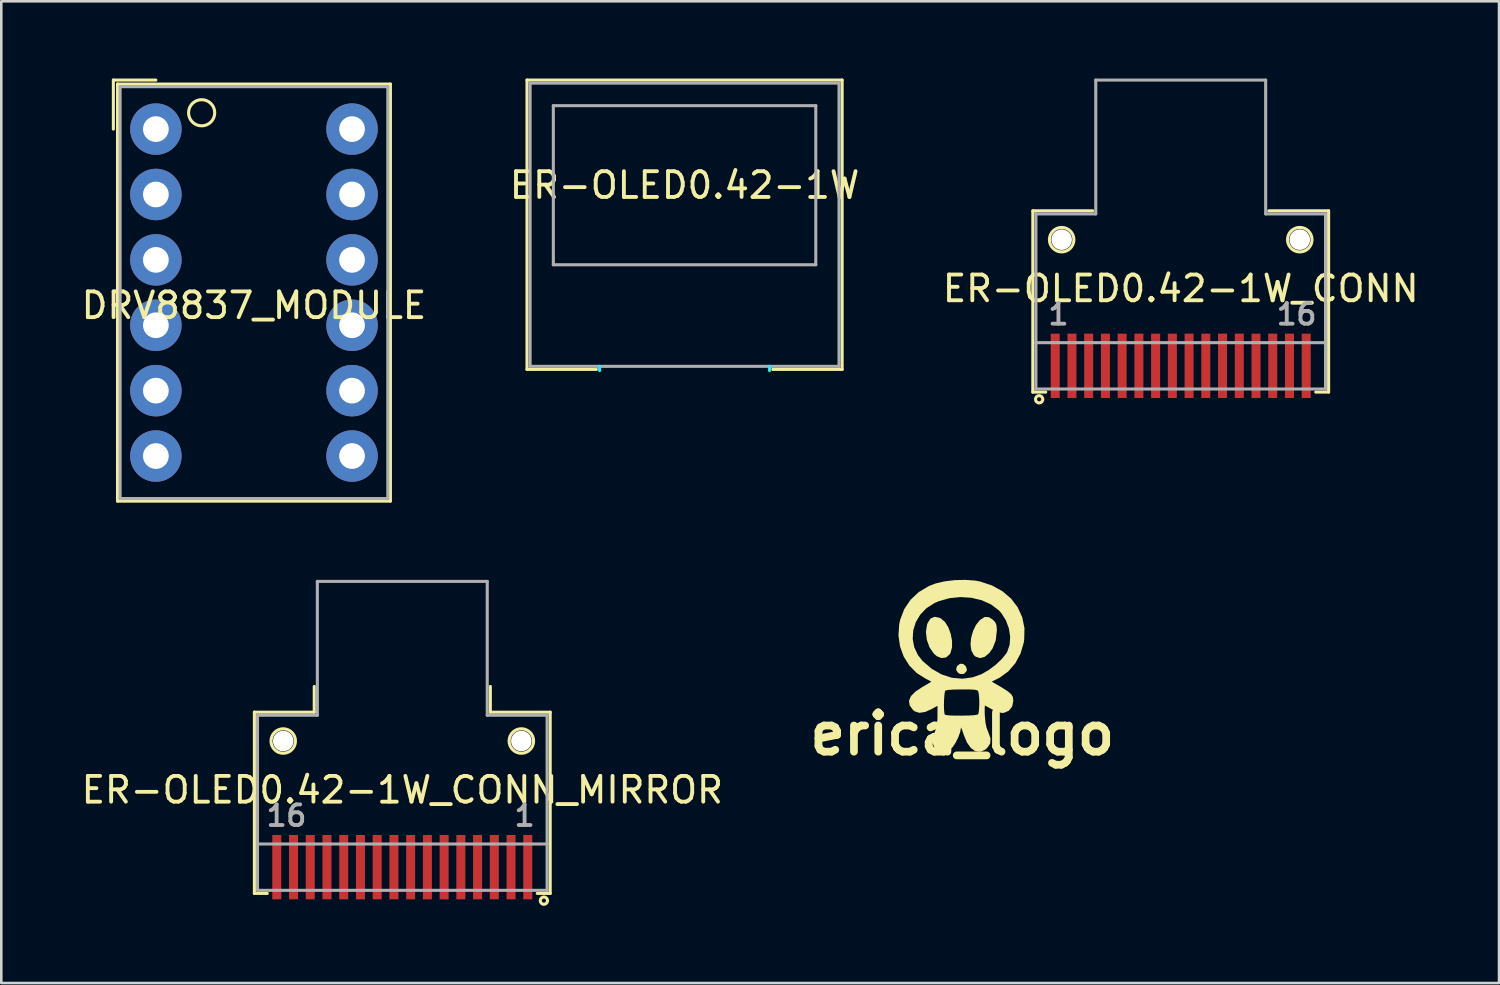
<source format=kicad_pcb>
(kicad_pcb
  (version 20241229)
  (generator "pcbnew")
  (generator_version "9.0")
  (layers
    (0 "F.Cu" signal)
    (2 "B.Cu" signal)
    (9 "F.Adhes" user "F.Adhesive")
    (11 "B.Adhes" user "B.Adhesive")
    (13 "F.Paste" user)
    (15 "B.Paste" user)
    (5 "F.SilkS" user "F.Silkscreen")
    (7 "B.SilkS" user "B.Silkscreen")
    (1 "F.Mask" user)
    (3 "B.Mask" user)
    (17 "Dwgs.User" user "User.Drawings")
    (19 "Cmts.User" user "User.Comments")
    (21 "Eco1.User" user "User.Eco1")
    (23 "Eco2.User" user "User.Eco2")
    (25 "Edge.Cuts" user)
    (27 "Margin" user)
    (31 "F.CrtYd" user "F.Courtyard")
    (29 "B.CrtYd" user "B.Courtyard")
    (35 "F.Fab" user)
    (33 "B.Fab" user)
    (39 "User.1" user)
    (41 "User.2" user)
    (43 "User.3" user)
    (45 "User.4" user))
  (footprint "ER-OLED0.42-1W"
    (layer "F.Cu")
    (at 23.542 4.145)
    (property "Reference" "ER-OLED0.42-1W" (at 0 0 0) (layer "F.SilkS") (effects (font (size 1 1) (thickness 0.15))))
    (attr through_hole)
    (fp_line (start -6.12 -4.085) (end -6.12 7.155) (stroke (width 0.12) (type solid)) (layer "F.SilkS"))
    (fp_line (start -6.12 7.155) (end -3.425 7.155) (stroke (width 0.12) (type solid)) (layer "F.SilkS"))
    (fp_line (start 3.425 7.155) (end 6.12 7.155) (stroke (width 0.12) (type solid)) (layer "F.SilkS"))
    (fp_line (start 6.12 -4.085) (end -6.12 -4.085) (stroke (width 0.12) (type solid)) (layer "F.SilkS"))
    (fp_line (start 6.12 -4.085) (end 6.12 7.155) (stroke (width 0.12) (type solid)) (layer "F.SilkS"))
    (fp_line (start -3.3 7.035) (end -3.3 7.2) (stroke (width 0.12) (type solid)) (layer "B.CrtYd"))
    (fp_line (start 3.3 7.035) (end 3.3 7.2) (stroke (width 0.12) (type solid)) (layer "B.CrtYd"))
    (fp_line (start -6 -3.965) (end -6 7.035) (stroke (width 0.12) (type solid)) (layer "F.Fab"))
    (fp_line (start -6 -3.965) (end 6 -3.965) (stroke (width 0.12) (type solid)) (layer "F.Fab"))
    (fp_line (start -6 7.035) (end 6 7.035) (stroke (width 0.12) (type solid)) (layer "F.Fab"))
    (fp_line (start -5.098 -3.09) (end -5.098 3.09) (stroke (width 0.12) (type solid)) (layer "F.Fab"))
    (fp_line (start -5.098 -3.09) (end 5.098 -3.09) (stroke (width 0.12) (type solid)) (layer "F.Fab"))
    (fp_line (start -5.098 3.09) (end 5.098 3.09) (stroke (width 0.12) (type solid)) (layer "F.Fab"))
    (fp_line (start 5.098 3.09) (end 5.098 -3.09) (stroke (width 0.12) (type solid)) (layer "F.Fab"))
    (fp_line (start 6 -3.965) (end 6 7.035) (stroke (width 0.12) (type solid)) (layer "F.Fab")))
  (footprint "ER-OLED0.42-1W_CONN_MIRROR"
    (layer "F.Cu")
    (at 12.577 30.635)
    (property "Reference" "ER-OLED0.42-1W_CONN_MIRROR" (at 0 -3 180) (layer "F.SilkS") (effects (font (size 1 1) (thickness 0.15))))
    (attr through_hole)
    (fp_line (start -5.745 -6.02) (end -5.745 1.02) (stroke (width 0.12) (type solid)) (layer "F.SilkS"))
    (fp_line (start -5.245 1.02) (end -5.745 1.02) (stroke (width 0.12) (type solid)) (layer "F.SilkS"))
    (fp_line (start -3.42 -6.02) (end -5.745 -6.02) (stroke (width 0.12) (type solid)) (layer "F.SilkS"))
    (fp_line (start -3.42 -6.02) (end -3.42 -7.02) (stroke (width 0.12) (type solid)) (layer "F.SilkS"))
    (fp_line (start 3.42 -6.02) (end 3.42 -7.02) (stroke (width 0.12) (type solid)) (layer "F.SilkS"))
    (fp_line (start 3.42 -6.02) (end 5.745 -6.02) (stroke (width 0.12) (type solid)) (layer "F.SilkS"))
    (fp_line (start 5.745 -6.02) (end 5.745 1.02) (stroke (width 0.12) (type solid)) (layer "F.SilkS"))
    (fp_line (start 5.745 1.02) (end 5.245 1.02) (stroke (width 0.12) (type solid)) (layer "F.SilkS"))
    (fp_circle (center -4.625 -4.9) (end -4.15 -4.9) (stroke (width 0.12) (type solid)) (fill no) (layer "F.SilkS"))
    (fp_circle (center 4.625 -4.9) (end 4.15 -4.875) (stroke (width 0.12) (type solid)) (fill no) (layer "F.SilkS"))
    (fp_circle (center 5.5 1.3) (end 5.641 1.3) (stroke (width 0.12) (type solid)) (fill no) (layer "F.SilkS"))
    (fp_line (start -5.625 -5.9) (end -3.3 -5.9) (stroke (width 0.12) (type solid)) (layer "F.Fab"))
    (fp_line (start -5.625 -0.9) (end -5.625 -5.9) (stroke (width 0.12) (type solid)) (layer "F.Fab"))
    (fp_line (start -5.625 -0.9) (end 5.625 -0.9) (stroke (width 0.12) (type solid)) (layer "F.Fab"))
    (fp_line (start -5.625 0.9) (end -5.625 -0.9) (stroke (width 0.12) (type solid)) (layer "F.Fab"))
    (fp_line (start -5.625 0.9) (end 5.625 0.9) (stroke (width 0.12) (type solid)) (layer "F.Fab"))
    (fp_line (start -3.3 -11.1) (end 3.3 -11.1) (stroke (width 0.12) (type solid)) (layer "F.Fab"))
    (fp_line (start -3.3 -5.9) (end -3.3 -11.1) (stroke (width 0.12) (type solid)) (layer "F.Fab"))
    (fp_line (start 3.3 -11.1) (end 3.3 -5.9) (stroke (width 0.12) (type solid)) (layer "F.Fab"))
    (fp_line (start 5.625 -5.9) (end 3.3 -5.9) (stroke (width 0.12) (type solid)) (layer "F.Fab"))
    (fp_line (start 5.625 -0.925) (end 5.625 -5.9) (stroke (width 0.12) (type solid)) (layer "F.Fab"))
    (fp_line (start 5.625 -0.925) (end 5.625 0.9) (stroke (width 0.12) (type solid)) (layer "F.Fab"))
    (fp_text user "1" (at 4.75 -2 0) (layer "F.Fab") (effects (font (size 0.8 0.8) (thickness 0.15))))
    (fp_text user "16" (at -4.5 -2 0) (layer "F.Fab") (effects (font (size 0.8 0.8) (thickness 0.15))))
    (pad "" np_thru_hole circle (at -4.625 -4.9) (size 0.8 0.8) (drill 0.8) (layers "*.Cu" "*.Mask"))
    (pad "" np_thru_hole circle (at 4.625 -4.9) (size 0.8 0.8) (drill 0.8) (layers "*.Cu" "*.Mask"))
    (pad "1" smd rect (at 4.875 0) (size 0.35 2.5) (layers "F.Cu" "F.Mask" "F.Paste"))
    (pad "2" smd rect (at 4.225 0) (size 0.35 2.5) (layers "F.Cu" "F.Mask" "F.Paste"))
    (pad "3" smd rect (at 3.575 0) (size 0.35 2.5) (layers "F.Cu" "F.Mask" "F.Paste"))
    (pad "4" smd rect (at 2.925 0) (size 0.35 2.5) (layers "F.Cu" "F.Mask" "F.Paste"))
    (pad "5" smd rect (at 2.275 0) (size 0.35 2.5) (layers "F.Cu" "F.Mask" "F.Paste"))
    (pad "6" smd rect (at 1.625 0) (size 0.35 2.5) (layers "F.Cu" "F.Mask" "F.Paste"))
    (pad "7" smd rect (at 0.975 0) (size 0.35 2.5) (layers "F.Cu" "F.Mask" "F.Paste"))
    (pad "8" smd rect (at 0.325 0) (size 0.35 2.5) (layers "F.Cu" "F.Mask" "F.Paste"))
    (pad "9" smd rect (at -0.325 0) (size 0.35 2.5) (layers "F.Cu" "F.Mask" "F.Paste"))
    (pad "10" smd rect (at -0.975 0) (size 0.35 2.5) (layers "F.Cu" "F.Mask" "F.Paste"))
    (pad "11" smd rect (at -1.625 0) (size 0.35 2.5) (layers "F.Cu" "F.Mask" "F.Paste"))
    (pad "12" smd rect (at -2.275 0) (size 0.35 2.5) (layers "F.Cu" "F.Mask" "F.Paste"))
    (pad "13" smd rect (at -2.925 0) (size 0.35 2.5) (layers "F.Cu" "F.Mask" "F.Paste"))
    (pad "14" smd rect (at -3.575 0) (size 0.35 2.5) (layers "F.Cu" "F.Mask" "F.Paste"))
    (pad "15" smd rect (at -4.225 0) (size 0.35 2.5) (layers "F.Cu" "F.Mask" "F.Paste"))
    (pad "16" smd rect (at -4.875 0) (size 0.35 2.5) (layers "F.Cu" "F.Mask" "F.Paste")))
  (footprint "DRV8837_MODULE"
    (layer "F.Cu")
    (at 6.815 8.315)
    (property "Reference" "DRV8837_MODULE" (at 0 0.5 0) (layer "F.SilkS") (effects (font (size 1 1) (thickness 0.15))))
    (attr through_hole)
    (fp_line (start -5.461 -8.255) (end -3.81 -8.255) (stroke (width 0.12) (type solid)) (layer "F.SilkS"))
    (fp_line (start -5.461 -6.35) (end -5.461 -8.255) (stroke (width 0.12) (type solid)) (layer "F.SilkS"))
    (fp_line (start -5.3 -8.1) (end 5.3 -8.1) (stroke (width 0.12) (type solid)) (layer "F.SilkS"))
    (fp_line (start -5.3 8.1) (end -5.3 -8.1) (stroke (width 0.12) (type solid)) (layer "F.SilkS"))
    (fp_line (start 5.3 -8.1) (end 5.3 8.1) (stroke (width 0.12) (type solid)) (layer "F.SilkS"))
    (fp_line (start 5.3 8.1) (end -5.3 8.1) (stroke (width 0.12) (type solid)) (layer "F.SilkS"))
    (fp_circle (center -2.032 -6.985) (end -1.524 -6.985) (stroke (width 0.12) (type solid)) (fill no) (layer "F.SilkS"))
    (fp_line (start -5.2 -8) (end 5.2 -8) (stroke (width 0.12) (type solid)) (layer "F.Fab"))
    (fp_line (start -5.2 8) (end -5.2 -8) (stroke (width 0.12) (type solid)) (layer "F.Fab"))
    (fp_line (start 5.2 -8) (end 5.2 8) (stroke (width 0.12) (type solid)) (layer "F.Fab"))
    (fp_line (start 5.2 8) (end -5.2 8) (stroke (width 0.12) (type solid)) (layer "F.Fab"))
    (pad "1" thru_hole circle (at -3.81 -6.35) (size 2 2) (drill 1) (layers "*.Cu" "*.Mask"))
    (pad "2" thru_hole circle (at -3.81 -3.81) (size 2 2) (drill 1) (layers "*.Cu" "*.Mask"))
    (pad "3" thru_hole circle (at -3.81 -1.27) (size 2 2) (drill 1) (layers "*.Cu" "*.Mask"))
    (pad "4" thru_hole circle (at -3.81 1.27) (size 2 2) (drill 1) (layers "*.Cu" "*.Mask"))
    (pad "5" thru_hole circle (at -3.81 3.81) (size 2 2) (drill 1) (layers "*.Cu" "*.Mask"))
    (pad "6" thru_hole circle (at -3.81 6.35) (size 2 2) (drill 1) (layers "*.Cu" "*.Mask"))
    (pad "7" thru_hole circle (at 3.81 6.35) (size 2 2) (drill 1) (layers "*.Cu" "*.Mask"))
    (pad "8" thru_hole circle (at 3.81 3.81) (size 2 2) (drill 1) (layers "*.Cu" "*.Mask"))
    (pad "9" thru_hole circle (at 3.81 1.27) (size 2 2) (drill 1) (layers "*.Cu" "*.Mask"))
    (pad "10" thru_hole circle (at 3.81 -1.27) (size 2 2) (drill 1) (layers "*.Cu" "*.Mask"))
    (pad "11" thru_hole circle (at 3.81 -3.81) (size 2 2) (drill 1) (layers "*.Cu" "*.Mask"))
    (pad "12" thru_hole circle (at 3.81 -6.35) (size 2 2) (drill 1) (layers "*.Cu" "*.Mask")))
  (footprint "ER-OLED0.42-1W_CONN"
    (layer "F.Cu")
    (at 42.815 11.16)
    (property "Reference" "ER-OLED0.42-1W_CONN" (at 0 -3 180) (layer "F.SilkS") (effects (font (size 1 1) (thickness 0.15))))
    (attr through_hole)
    (fp_line (start -5.745 -6.02) (end -5.745 1.02) (stroke (width 0.12) (type solid)) (layer "F.SilkS"))
    (fp_line (start -5.245 1.02) (end -5.745 1.02) (stroke (width 0.12) (type solid)) (layer "F.SilkS"))
    (fp_line (start -3.42 -6.02) (end -5.745 -6.02) (stroke (width 0.12) (type solid)) (layer "F.SilkS"))
    (fp_line (start 3.42 -6.02) (end 5.745 -6.02) (stroke (width 0.12) (type solid)) (layer "F.SilkS"))
    (fp_line (start 5.745 -6.02) (end 5.745 1.02) (stroke (width 0.12) (type solid)) (layer "F.SilkS"))
    (fp_line (start 5.745 1.02) (end 5.245 1.02) (stroke (width 0.12) (type solid)) (layer "F.SilkS"))
    (fp_circle (center -5.5 1.3) (end -5.4 1.4) (stroke (width 0.12) (type solid)) (fill no) (layer "F.SilkS"))
    (fp_circle (center -4.625 -4.9) (end -4.15 -4.9) (stroke (width 0.12) (type solid)) (fill no) (layer "F.SilkS"))
    (fp_circle (center 4.625 -4.9) (end 4.15 -4.875) (stroke (width 0.12) (type solid)) (fill no) (layer "F.SilkS"))
    (fp_line (start -5.625 -5.9) (end -3.3 -5.9) (stroke (width 0.12) (type solid)) (layer "F.Fab"))
    (fp_line (start -5.625 -0.9) (end -5.625 -5.9) (stroke (width 0.12) (type solid)) (layer "F.Fab"))
    (fp_line (start -5.625 -0.9) (end 5.625 -0.9) (stroke (width 0.12) (type solid)) (layer "F.Fab"))
    (fp_line (start -5.625 0.9) (end -5.625 -0.9) (stroke (width 0.12) (type solid)) (layer "F.Fab"))
    (fp_line (start -5.625 0.9) (end 5.625 0.9) (stroke (width 0.12) (type solid)) (layer "F.Fab"))
    (fp_line (start -3.3 -11.1) (end 3.3 -11.1) (stroke (width 0.12) (type solid)) (layer "F.Fab"))
    (fp_line (start -3.3 -5.9) (end -3.3 -11.1) (stroke (width 0.12) (type solid)) (layer "F.Fab"))
    (fp_line (start 3.3 -11.1) (end 3.3 -5.9) (stroke (width 0.12) (type solid)) (layer "F.Fab"))
    (fp_line (start 5.625 -5.9) (end 3.3 -5.9) (stroke (width 0.12) (type solid)) (layer "F.Fab"))
    (fp_line (start 5.625 -0.925) (end 5.625 -5.9) (stroke (width 0.12) (type solid)) (layer "F.Fab"))
    (fp_line (start 5.625 -0.925) (end 5.625 0.9) (stroke (width 0.12) (type solid)) (layer "F.Fab"))
    (fp_text user "16" (at 4.5 -2 0) (layer "F.Fab") (effects (font (size 0.8 0.8) (thickness 0.15))))
    (fp_text user "1" (at -4.75 -2 0) (layer "F.Fab") (effects (font (size 0.8 0.8) (thickness 0.15))))
    (pad "" np_thru_hole circle (at -4.625 -4.9) (size 0.8 0.8) (drill 0.8) (layers "*.Cu" "*.Mask"))
    (pad "" np_thru_hole circle (at 4.625 -4.9) (size 0.8 0.8) (drill 0.8) (layers "*.Cu" "*.Mask"))
    (pad "1" smd rect (at -4.875 0) (size 0.35 2.5) (layers "F.Cu" "F.Mask" "F.Paste"))
    (pad "2" smd rect (at -4.225 0) (size 0.35 2.5) (layers "F.Cu" "F.Mask" "F.Paste"))
    (pad "3" smd rect (at -3.575 0) (size 0.35 2.5) (layers "F.Cu" "F.Mask" "F.Paste"))
    (pad "4" smd rect (at -2.925 0) (size 0.35 2.5) (layers "F.Cu" "F.Mask" "F.Paste"))
    (pad "5" smd rect (at -2.275 0) (size 0.35 2.5) (layers "F.Cu" "F.Mask" "F.Paste"))
    (pad "6" smd rect (at -1.625 0) (size 0.35 2.5) (layers "F.Cu" "F.Mask" "F.Paste"))
    (pad "7" smd rect (at -0.975 0) (size 0.35 2.5) (layers "F.Cu" "F.Mask" "F.Paste"))
    (pad "8" smd rect (at -0.325 0) (size 0.35 2.5) (layers "F.Cu" "F.Mask" "F.Paste"))
    (pad "9" smd rect (at 0.325 0) (size 0.35 2.5) (layers "F.Cu" "F.Mask" "F.Paste"))
    (pad "10" smd rect (at 0.975 0) (size 0.35 2.5) (layers "F.Cu" "F.Mask" "F.Paste"))
    (pad "11" smd rect (at 1.625 0) (size 0.35 2.5) (layers "F.Cu" "F.Mask" "F.Paste"))
    (pad "12" smd rect (at 2.275 0) (size 0.35 2.5) (layers "F.Cu" "F.Mask" "F.Paste"))
    (pad "13" smd rect (at 2.925 0) (size 0.35 2.5) (layers "F.Cu" "F.Mask" "F.Paste"))
    (pad "14" smd rect (at 3.575 0) (size 0.35 2.5) (layers "F.Cu" "F.Mask" "F.Paste"))
    (pad "15" smd rect (at 4.225 0) (size 0.35 2.5) (layers "F.Cu" "F.Mask" "F.Paste"))
    (pad "16" smd rect (at 4.875 0) (size 0.35 2.5) (layers "F.Cu" "F.Mask" "F.Paste")))
  (footprint "erica_logo"
    (layer "F.Cu")
    (at 34.331 23.459)
    (property "Reference" "erica_logo" (at 0 2 0) (layer "F.SilkS") (effects (font (size 1.524 1.524) (thickness 0.3))))
    (attr exclude_from_pos_files exclude_from_bom)
    (fp_poly (pts (xy 0.127 -0.495) (xy 0.12 -0.463) (xy 0.044 -0.379) (xy -0.069 -0.377) (xy -0.13 -0.409) (xy -0.189 -0.501) (xy -0.166 -0.603) (xy -0.07 -0.676) (xy 0.022 -0.666) (xy 0.098 -0.594) (xy 0.127 -0.495)) (stroke (width 0.1) (type solid)) (fill yes) (layer "F.SilkS"))
    (fp_poly (pts (xy -0.449 -1.37) (xy -0.504 -1.167) (xy -0.527 -1.126) (xy -0.649 -1.018) (xy -0.802 -0.997) (xy -0.965 -1.062) (xy -1.067 -1.15) (xy -1.229 -1.387) (xy -1.33 -1.668) (xy -1.363 -1.96) (xy -1.321 -2.233) (xy -1.3 -2.289) (xy -1.2 -2.442) (xy -1.067 -2.499) (xy -0.897 -2.461) (xy -0.862 -2.444) (xy -0.711 -2.315) (xy -0.587 -2.115) (xy -0.498 -1.872) (xy -0.449 -1.614) (xy -0.449 -1.37)) (stroke (width 0.1) (type solid)) (fill yes) (layer "F.SilkS"))
    (fp_poly (pts (xy 1.29 -2.006) (xy 1.25 -1.647) (xy 1.131 -1.345) (xy 1.005 -1.171) (xy 0.845 -1.039) (xy 0.684 -0.997) (xy 0.537 -1.049) (xy 0.486 -1.095) (xy 0.397 -1.263) (xy 0.369 -1.482) (xy 0.393 -1.728) (xy 0.463 -1.976) (xy 0.571 -2.202) (xy 0.711 -2.38) (xy 0.875 -2.487) (xy 0.897 -2.494) (xy 1.025 -2.483) (xy 1.149 -2.402) (xy 1.235 -2.314) (xy 1.277 -2.216) (xy 1.29 -2.069) (xy 1.29 -2.006)) (stroke (width 0.1) (type solid)) (fill yes) (layer "F.SilkS"))
    (fp_poly (pts (xy 2.364 -2.104) (xy 2.354 -1.665) (xy 2.337 -1.554) (xy 2.216 -1.142) (xy 2.018 -0.774) (xy 1.909 -0.648) (xy 1.909 -1.779) (xy 1.857 -2.114) (xy 1.736 -2.437) (xy 1.554 -2.725) (xy 1.447 -2.842) (xy 1.139 -3.074) (xy 0.77 -3.24) (xy 0.361 -3.338) (xy -0.072 -3.366) (xy -0.508 -3.322) (xy -0.929 -3.203) (xy -1.103 -3.128) (xy -1.425 -2.922) (xy -1.676 -2.661) (xy -1.854 -2.359) (xy -1.955 -2.031) (xy -1.977 -1.692) (xy -1.916 -1.356) (xy -1.769 -1.039) (xy -1.582 -0.801) (xy -1.217 -0.488) (xy -0.825 -0.265) (xy -0.415 -0.132) (xy 0.003 -0.094) (xy 0.42 -0.15) (xy 0.772 -0.278) (xy 1.049 -0.438) (xy 1.321 -0.64) (xy 1.56 -0.864) (xy 1.741 -1.085) (xy 1.792 -1.17) (xy 1.889 -1.457) (xy 1.909 -1.779) (xy 1.909 -0.648) (xy 1.752 -0.465) (xy 1.429 -0.23) (xy 1.317 -0.173) (xy 1.178 -0.105) (xy 1.088 -0.052) (xy 1.067 -0.032) (xy 1.108 0.004) (xy 1.213 0.069) (xy 1.303 0.119) (xy 1.489 0.226) (xy 1.676 0.345) (xy 1.735 0.386) (xy 1.859 0.488) (xy 1.916 0.583) (xy 1.93 0.712) (xy 1.93 0.721) (xy 1.889 0.916) (xy 1.775 1.059) (xy 1.609 1.131) (xy 1.546 1.136) (xy 1.419 1.109) (xy 1.253 1.042) (xy 1.143 0.984) (xy 0.998 0.902) (xy 0.888 0.847) (xy 0.845 0.832) (xy 0.827 0.879) (xy 0.819 1.004) (xy 0.82 1.184) (xy 0.824 1.276) (xy 0.848 1.558) (xy 0.893 1.773) (xy 0.964 1.955) (xy 0.967 1.962) (xy 1.045 2.178) (xy 1.035 2.354) (xy 0.935 2.505) (xy 0.855 2.573) (xy 0.71 2.637) (xy 0.71 0.853) (xy 0.708 0.652) (xy 0.694 0.472) (xy 0.669 0.344) (xy 0.659 0.32) (xy 0.628 0.279) (xy 0.575 0.251) (xy 0.483 0.234) (xy 0.334 0.225) (xy 0.109 0.222) (xy -0.017 0.222) (xy -0.338 0.227) (xy -0.56 0.243) (xy -0.681 0.27) (xy -0.701 0.283) (xy -0.728 0.358) (xy -0.748 0.506) (xy -0.76 0.695) (xy -0.764 0.897) (xy -0.758 1.082) (xy -0.742 1.221) (xy -0.731 1.259) (xy -0.703 1.293) (xy -0.64 1.316) (xy -0.525 1.33) (xy -0.341 1.338) (xy -0.073 1.34) (xy -0.056 1.34) (xy 0.269 1.335) (xy 0.495 1.319) (xy 0.623 1.294) (xy 0.65 1.279) (xy 0.681 1.197) (xy 0.701 1.045) (xy 0.71 0.853) (xy 0.71 2.637) (xy 0.688 2.646) (xy 0.523 2.624) (xy 0.367 2.51) (xy 0.226 2.313) (xy 0.109 2.035) (xy 0.095 1.991) (xy 0.029 1.801) (xy -0.029 1.682) (xy -0.073 1.642) (xy -0.098 1.688) (xy -0.102 1.744) (xy -0.13 1.911) (xy -0.204 2.115) (xy -0.305 2.319) (xy -0.414 2.48) (xy -0.464 2.531) (xy -0.614 2.631) (xy -0.753 2.651) (xy -0.898 2.609) (xy -1.04 2.504) (xy -1.106 2.342) (xy -1.095 2.137) (xy -1.016 1.924) (xy -0.961 1.789) (xy -0.93 1.628) (xy -0.916 1.412) (xy -0.914 1.273) (xy -0.914 0.822) (xy -1.193 0.979) (xy -1.454 1.098) (xy -1.665 1.13) (xy -1.829 1.077) (xy -1.878 1.036) (xy -1.996 0.875) (xy -2.021 0.717) (xy -1.951 0.557) (xy -1.784 0.391) (xy -1.519 0.216) (xy -1.484 0.197) (xy -1.317 0.1) (xy -1.19 0.022) (xy -1.125 -0.026) (xy -1.121 -0.032) (xy -1.164 -0.065) (xy -1.273 -0.126) (xy -1.386 -0.182) (xy -1.733 -0.398) (xy -2.016 -0.684) (xy -2.231 -1.027) (xy -2.371 -1.412) (xy -2.43 -1.826) (xy -2.402 -2.254) (xy -2.366 -2.419) (xy -2.212 -2.823) (xy -1.974 -3.176) (xy -1.66 -3.471) (xy -1.28 -3.697) (xy -1.024 -3.796) (xy -0.681 -3.877) (xy -0.288 -3.924) (xy 0.115 -3.934) (xy 0.488 -3.907) (xy 0.673 -3.873) (xy 1.134 -3.721) (xy 1.531 -3.501) (xy 1.859 -3.222) (xy 2.11 -2.89) (xy 2.28 -2.515) (xy 2.364 -2.104)) (stroke (width 0.1) (type solid)) (fill yes) (layer "F.SilkS")))
  (gr_rect
    (start -3 -3)
    (end 55.179 35.136)
    (stroke (width 0.1) (type default))
    (fill no)
    (layer "Edge.Cuts")))
</source>
